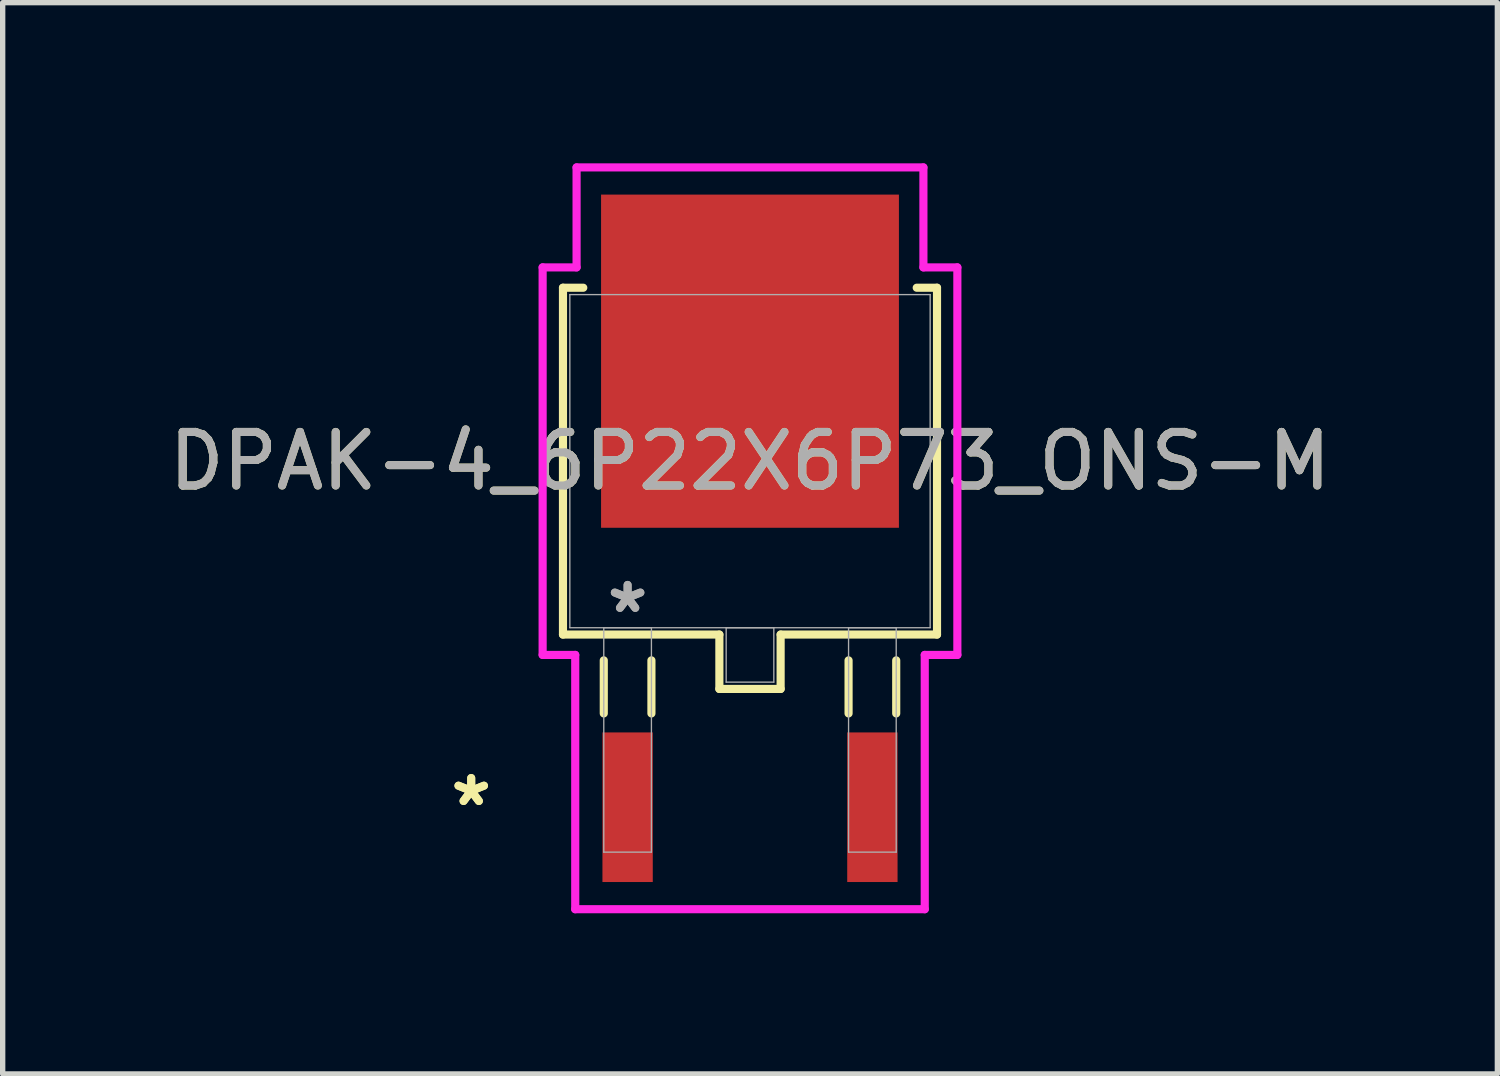
<source format=kicad_pcb>
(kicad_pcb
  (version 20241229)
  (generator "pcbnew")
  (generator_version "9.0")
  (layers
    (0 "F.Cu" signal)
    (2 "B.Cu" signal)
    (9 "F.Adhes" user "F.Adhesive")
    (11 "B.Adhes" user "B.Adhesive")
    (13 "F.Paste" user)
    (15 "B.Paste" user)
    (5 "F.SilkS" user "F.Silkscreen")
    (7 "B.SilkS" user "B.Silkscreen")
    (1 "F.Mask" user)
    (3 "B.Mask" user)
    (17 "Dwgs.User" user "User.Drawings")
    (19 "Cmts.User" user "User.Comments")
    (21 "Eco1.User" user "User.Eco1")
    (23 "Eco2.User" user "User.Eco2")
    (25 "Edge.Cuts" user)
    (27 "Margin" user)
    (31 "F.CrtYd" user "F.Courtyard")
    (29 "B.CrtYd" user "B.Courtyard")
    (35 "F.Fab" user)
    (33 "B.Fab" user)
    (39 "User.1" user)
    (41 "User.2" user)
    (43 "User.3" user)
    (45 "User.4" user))
  (footprint "DPAK-4_6P22X6P73_ONS-M"
    (layer "F.Cu")
    (at 10.958 5.563)
    (property "Reference" "DPAK-4_6P22X6P73_ONS-M" (at 0 0 0) (unlocked yes) (layer "F.SilkS") (effects (font (size 1 1) (thickness 0.15))))
    (attr smd)
    (fp_line (start -3.493 -3.239) (end -3.493 3.239) (stroke (width 0.152) (type solid)) (layer "F.SilkS"))
    (fp_line (start -3.493 3.239) (end -0.572 3.239) (stroke (width 0.152) (type solid)) (layer "F.SilkS"))
    (fp_line (start -3.114 -3.239) (end -3.493 -3.239) (stroke (width 0.152) (type solid)) (layer "F.SilkS"))
    (fp_line (start -2.731 3.721) (end -2.731 4.712) (stroke (width 0.152) (type solid)) (layer "F.SilkS"))
    (fp_line (start -1.841 3.721) (end -1.841 4.712) (stroke (width 0.152) (type solid)) (layer "F.SilkS"))
    (fp_line (start -0.572 3.239) (end -0.572 4.255) (stroke (width 0.152) (type solid)) (layer "F.SilkS"))
    (fp_line (start -0.572 4.255) (end 0.572 4.255) (stroke (width 0.152) (type solid)) (layer "F.SilkS"))
    (fp_line (start 0.572 3.239) (end 3.493 3.239) (stroke (width 0.152) (type solid)) (layer "F.SilkS"))
    (fp_line (start 0.572 4.255) (end 0.572 3.239) (stroke (width 0.152) (type solid)) (layer "F.SilkS"))
    (fp_line (start 1.841 3.721) (end 1.841 4.712) (stroke (width 0.152) (type solid)) (layer "F.SilkS"))
    (fp_line (start 2.731 3.721) (end 2.731 4.712) (stroke (width 0.152) (type solid)) (layer "F.SilkS"))
    (fp_line (start 3.493 -3.239) (end 3.114 -3.239) (stroke (width 0.152) (type solid)) (layer "F.SilkS"))
    (fp_line (start 3.493 3.239) (end 3.493 -3.239) (stroke (width 0.152) (type solid)) (layer "F.SilkS"))
    (fp_line (start -3.873 -3.619) (end -3.239 -3.619) (stroke (width 0.152) (type solid)) (layer "F.CrtYd"))
    (fp_line (start -3.873 3.619) (end -3.873 -3.619) (stroke (width 0.152) (type solid)) (layer "F.CrtYd"))
    (fp_line (start -3.264 3.619) (end -3.873 3.619) (stroke (width 0.152) (type solid)) (layer "F.CrtYd"))
    (fp_line (start -3.264 8.369) (end -3.264 3.619) (stroke (width 0.152) (type solid)) (layer "F.CrtYd"))
    (fp_line (start -3.239 -5.486) (end 3.239 -5.486) (stroke (width 0.152) (type solid)) (layer "F.CrtYd"))
    (fp_line (start -3.239 -3.619) (end -3.239 -5.486) (stroke (width 0.152) (type solid)) (layer "F.CrtYd"))
    (fp_line (start 3.239 -5.486) (end 3.239 -3.619) (stroke (width 0.152) (type solid)) (layer "F.CrtYd"))
    (fp_line (start 3.239 -3.619) (end 3.873 -3.619) (stroke (width 0.152) (type solid)) (layer "F.CrtYd"))
    (fp_line (start 3.264 3.619) (end 3.264 8.369) (stroke (width 0.152) (type solid)) (layer "F.CrtYd"))
    (fp_line (start 3.264 8.369) (end -3.264 8.369) (stroke (width 0.152) (type solid)) (layer "F.CrtYd"))
    (fp_line (start 3.873 -3.619) (end 3.873 3.619) (stroke (width 0.152) (type solid)) (layer "F.CrtYd"))
    (fp_line (start 3.873 3.619) (end 3.264 3.619) (stroke (width 0.152) (type solid)) (layer "F.CrtYd"))
    (fp_line (start -3.365 -3.111) (end -3.365 3.111) (stroke (width 0.025) (type solid)) (layer "F.Fab"))
    (fp_line (start -3.365 3.111) (end 3.365 3.111) (stroke (width 0.025) (type solid)) (layer "F.Fab"))
    (fp_line (start -2.731 3.111) (end -2.731 7.303) (stroke (width 0.025) (type solid)) (layer "F.Fab"))
    (fp_line (start -2.731 7.303) (end -1.841 7.303) (stroke (width 0.025) (type solid)) (layer "F.Fab"))
    (fp_line (start -1.841 3.111) (end -2.731 3.111) (stroke (width 0.025) (type solid)) (layer "F.Fab"))
    (fp_line (start -1.841 7.303) (end -1.841 3.111) (stroke (width 0.025) (type solid)) (layer "F.Fab"))
    (fp_line (start -0.445 3.111) (end -0.445 4.128) (stroke (width 0.025) (type solid)) (layer "F.Fab"))
    (fp_line (start -0.445 4.128) (end 0.445 4.128) (stroke (width 0.025) (type solid)) (layer "F.Fab"))
    (fp_line (start 0.445 3.111) (end -0.445 3.111) (stroke (width 0.025) (type solid)) (layer "F.Fab"))
    (fp_line (start 0.445 4.128) (end 0.445 3.111) (stroke (width 0.025) (type solid)) (layer "F.Fab"))
    (fp_line (start 1.841 3.111) (end 1.841 7.303) (stroke (width 0.025) (type solid)) (layer "F.Fab"))
    (fp_line (start 1.841 7.303) (end 2.731 7.303) (stroke (width 0.025) (type solid)) (layer "F.Fab"))
    (fp_line (start 2.731 3.111) (end 1.841 3.111) (stroke (width 0.025) (type solid)) (layer "F.Fab"))
    (fp_line (start 2.731 7.303) (end 2.731 3.111) (stroke (width 0.025) (type solid)) (layer "F.Fab"))
    (fp_line (start 3.365 -3.111) (end -3.365 -3.111) (stroke (width 0.025) (type solid)) (layer "F.Fab"))
    (fp_line (start 3.365 3.111) (end 3.365 -3.111) (stroke (width 0.025) (type solid)) (layer "F.Fab"))
    (fp_text user "*" (at -5.207 6.464 0) (layer "F.SilkS") (effects (font (size 1 1) (thickness 0.15))))
    (fp_text user "*" (at -5.207 6.464 0) (unlocked yes) (layer "F.SilkS") (effects (font (size 1 1) (thickness 0.15))))
    (fp_text user "*" (at -2.286 2.857 0) (layer "F.Fab") (effects (font (size 1 1) (thickness 0.15))))
    (fp_text user "${REFERENCE}" (at 0 0 0) (unlocked yes) (layer "F.Fab") (effects (font (size 1 1) (thickness 0.15))))
    (fp_text user "*" (at -2.286 2.857 0) (unlocked yes) (layer "F.Fab") (effects (font (size 1 1) (thickness 0.15))))
    (pad "1" smd rect (at -2.286 6.464) (size 0.94 2.794) (layers "F.Cu" "F.Mask" "F.Paste"))
    (pad "2" smd rect (at 2.286 6.464) (size 0.94 2.794) (layers "F.Cu" "F.Mask" "F.Paste"))
    (pad "3" smd rect (at 0 -1.867) (size 5.563 6.223) (layers "F.Cu" "F.Mask" "F.Paste")))
  (gr_rect
    (start -3 -3)
    (end 24.917 17.008)
    (stroke (width 0.1) (type default))
    (fill no)
    (layer "Edge.Cuts")))
</source>
